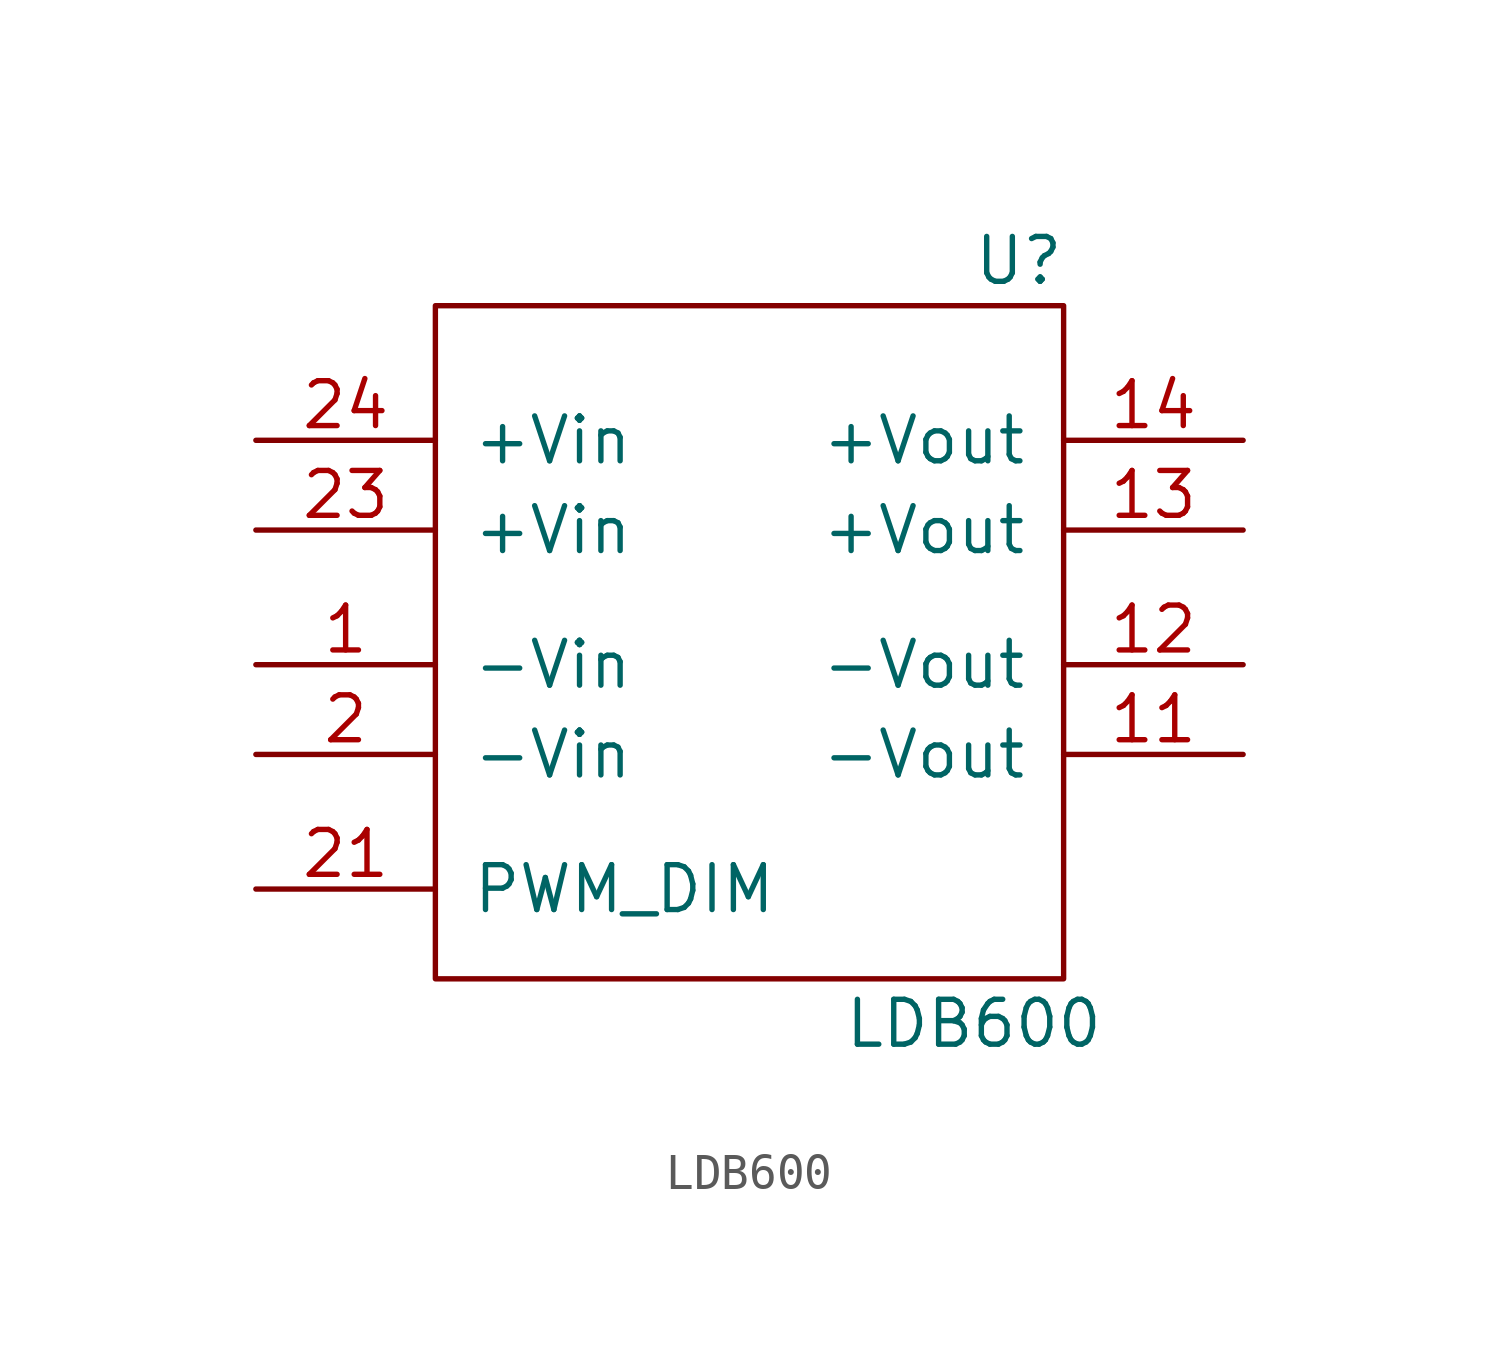
<source format=kicad_sym>
(kicad_symbol_lib
  (version 20220914)
  (generator kicad_symbol_editor)
  (symbol "LDB600"
    (pin_names
      (offset 1.016))
    (property "Reference" "U"
      (at 7.62 11.43 0)
      (effects (font (size 1.27 1.27))))
    (property "Value" "LDB600"
      (at 6.35 -10.16 0)
      (effects (font (size 1.27 1.27))))
    (symbol "LDB600_0_1"
      (rectangle (start -8.89 10.16) (end 8.89 -8.89) (stroke (width 0) (type solid)) (fill (type none))))
    (symbol "LDB600_1_1"
      (pin input line (at -13.97 0 0) (length 5.08) (name "-Vin" (effects (font (size 1.27 1.27)))) (number "1" (effects (font (size 1.27 1.27)))))
      (pin passive line (at 13.97 -2.54 180) (length 5.08) (name "-Vout" (effects (font (size 1.27 1.27)))) (number "11" (effects (font (size 1.27 1.27)))))
      (pin passive line (at 13.97 0 180) (length 5.08) (name "-Vout" (effects (font (size 1.27 1.27)))) (number "12" (effects (font (size 1.27 1.27)))))
      (pin passive line (at 13.97 3.81 180) (length 5.08) (name "+Vout" (effects (font (size 1.27 1.27)))) (number "13" (effects (font (size 1.27 1.27)))))
      (pin passive line (at 13.97 6.35 180) (length 5.08) (name "+Vout" (effects (font (size 1.27 1.27)))) (number "14" (effects (font (size 1.27 1.27)))))
      (pin input line (at -13.97 -2.54 0) (length 5.08) (name "-Vin" (effects (font (size 1.27 1.27)))) (number "2" (effects (font (size 1.27 1.27)))))
      (pin input line (at -13.97 -6.35 0) (length 5.08) (name "PWM_DIM" (effects (font (size 1.27 1.27)))) (number "21" (effects (font (size 1.27 1.27)))))
      (pin input line (at -13.97 3.81 0) (length 5.08) (name "+Vin" (effects (font (size 1.27 1.27)))) (number "23" (effects (font (size 1.27 1.27)))))
      (pin input line (at -13.97 6.35 0) (length 5.08) (name "+Vin" (effects (font (size 1.27 1.27)))) (number "24" (effects (font (size 1.27 1.27))))))))
</source>
